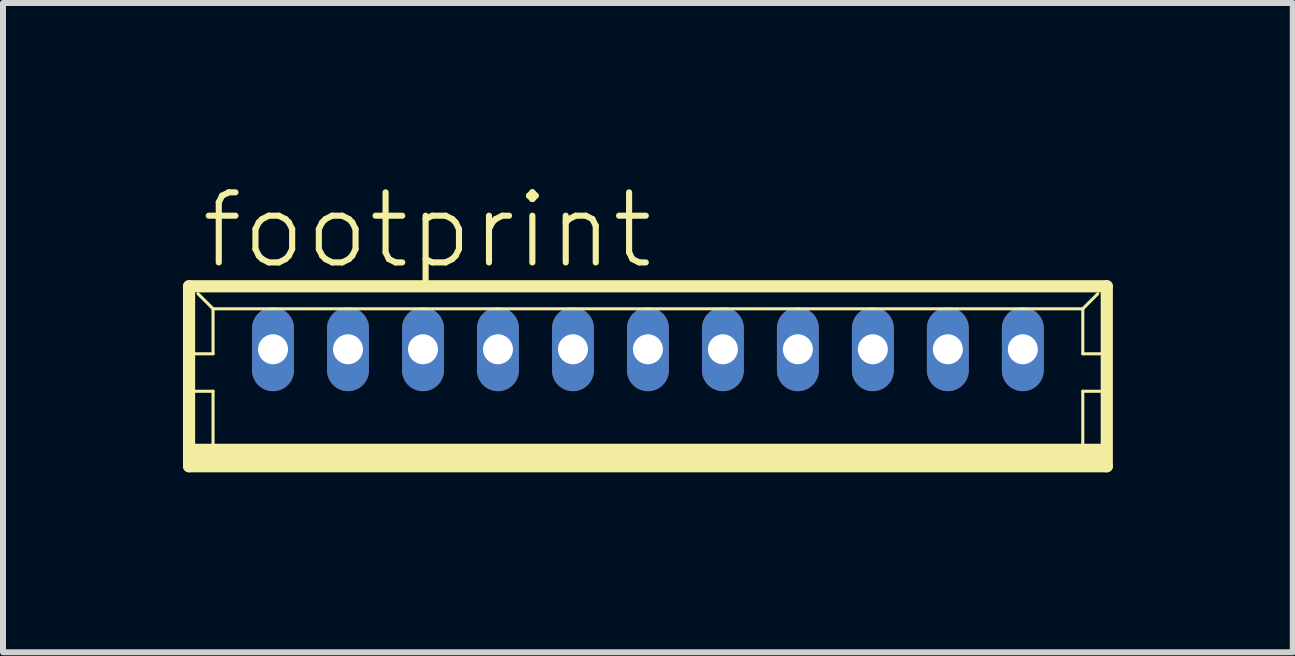
<source format=kicad_pcb>
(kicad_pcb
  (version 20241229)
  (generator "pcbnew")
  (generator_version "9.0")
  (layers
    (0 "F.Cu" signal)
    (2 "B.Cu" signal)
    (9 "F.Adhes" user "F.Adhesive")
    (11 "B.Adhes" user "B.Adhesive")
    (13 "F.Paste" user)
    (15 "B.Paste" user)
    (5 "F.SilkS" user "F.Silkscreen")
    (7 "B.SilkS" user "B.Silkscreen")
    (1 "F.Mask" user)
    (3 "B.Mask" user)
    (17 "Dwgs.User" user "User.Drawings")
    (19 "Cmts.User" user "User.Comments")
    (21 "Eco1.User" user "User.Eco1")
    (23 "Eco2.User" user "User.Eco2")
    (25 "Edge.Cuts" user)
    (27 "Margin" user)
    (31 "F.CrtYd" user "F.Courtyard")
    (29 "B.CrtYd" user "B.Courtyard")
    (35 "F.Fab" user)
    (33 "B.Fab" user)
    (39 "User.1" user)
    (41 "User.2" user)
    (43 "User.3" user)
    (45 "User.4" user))
  (footprint "footprint"
    (layer "F.Cu")
    (at 7.752 3.223)
    (property "Reference" "footprint" (at -7.5 -1.75 0) (layer "F.SilkS") (effects (font (size 1.168 1.168) (thickness 0.102)) (justify left bottom)))
    (fp_line (start -7.65 -1.5) (end -7.65 1.5) (stroke (width 0.203) (type solid)) (layer "F.SilkS"))
    (fp_line (start -7.65 1.5) (end 7.65 1.5) (stroke (width 0.203) (type solid)) (layer "F.SilkS"))
    (fp_line (start -7.625 -0.375) (end -7.25 -0.375) (stroke (width 0.051) (type solid)) (layer "F.SilkS"))
    (fp_line (start -7.625 0.25) (end -7.25 0.25) (stroke (width 0.051) (type solid)) (layer "F.SilkS"))
    (fp_line (start -7.25 -1.125) (end -7.5 -1.375) (stroke (width 0.051) (type solid)) (layer "F.SilkS"))
    (fp_line (start -7.25 -1.125) (end 7.25 -1.125) (stroke (width 0.051) (type solid)) (layer "F.SilkS"))
    (fp_line (start -7.25 -0.375) (end -7.25 -1.125) (stroke (width 0.051) (type solid)) (layer "F.SilkS"))
    (fp_line (start -7.25 0.25) (end -7.25 1.25) (stroke (width 0.051) (type solid)) (layer "F.SilkS"))
    (fp_line (start 7.25 -1.125) (end 7.25 -0.375) (stroke (width 0.051) (type solid)) (layer "F.SilkS"))
    (fp_line (start 7.25 -1.125) (end 7.5 -1.375) (stroke (width 0.051) (type solid)) (layer "F.SilkS"))
    (fp_line (start 7.25 -0.375) (end 7.625 -0.375) (stroke (width 0.051) (type solid)) (layer "F.SilkS"))
    (fp_line (start 7.25 0.25) (end 7.25 1.25) (stroke (width 0.051) (type solid)) (layer "F.SilkS"))
    (fp_line (start 7.25 0.25) (end 7.625 0.25) (stroke (width 0.051) (type solid)) (layer "F.SilkS"))
    (fp_line (start 7.65 -1.5) (end -7.65 -1.5) (stroke (width 0.203) (type solid)) (layer "F.SilkS"))
    (fp_line (start 7.65 1.5) (end 7.65 -1.5) (stroke (width 0.203) (type solid)) (layer "F.SilkS"))
    (fp_poly (pts (xy -7.625 1.5) (xy 7.625 1.5) (xy 7.625 1.125) (xy -7.625 1.125)) (stroke (width 0) (type solid)) (fill yes) (layer "F.SilkS"))
    (pad "1" thru_hole oval (at 6.25 -0.45 90) (size 1.397 0.698) (drill 0.5) (layers "*.Cu" "*.Mask"))
    (pad "2" thru_hole oval (at 5 -0.45 90) (size 1.397 0.698) (drill 0.5) (layers "*.Cu" "*.Mask"))
    (pad "3" thru_hole oval (at 3.75 -0.45 90) (size 1.397 0.698) (drill 0.5) (layers "*.Cu" "*.Mask"))
    (pad "4" thru_hole oval (at 2.5 -0.45 90) (size 1.397 0.698) (drill 0.5) (layers "*.Cu" "*.Mask"))
    (pad "5" thru_hole oval (at 1.25 -0.45 90) (size 1.397 0.698) (drill 0.5) (layers "*.Cu" "*.Mask"))
    (pad "6" thru_hole oval (at 0 -0.45 90) (size 1.397 0.698) (drill 0.5) (layers "*.Cu" "*.Mask"))
    (pad "7" thru_hole oval (at -1.25 -0.45 90) (size 1.397 0.698) (drill 0.5) (layers "*.Cu" "*.Mask"))
    (pad "8" thru_hole oval (at -2.5 -0.45 90) (size 1.397 0.698) (drill 0.5) (layers "*.Cu" "*.Mask"))
    (pad "9" thru_hole oval (at -3.75 -0.45 90) (size 1.397 0.698) (drill 0.5) (layers "*.Cu" "*.Mask"))
    (pad "10" thru_hole oval (at -5 -0.45 90) (size 1.397 0.698) (drill 0.5) (layers "*.Cu" "*.Mask"))
    (pad "11" thru_hole oval (at -6.25 -0.45 90) (size 1.397 0.698) (drill 0.5) (layers "*.Cu" "*.Mask")))
  (gr_rect
    (start -3 -3)
    (end 18.503 7.825)
    (stroke (width 0.1) (type default))
    (fill no)
    (layer "Edge.Cuts")))
</source>
